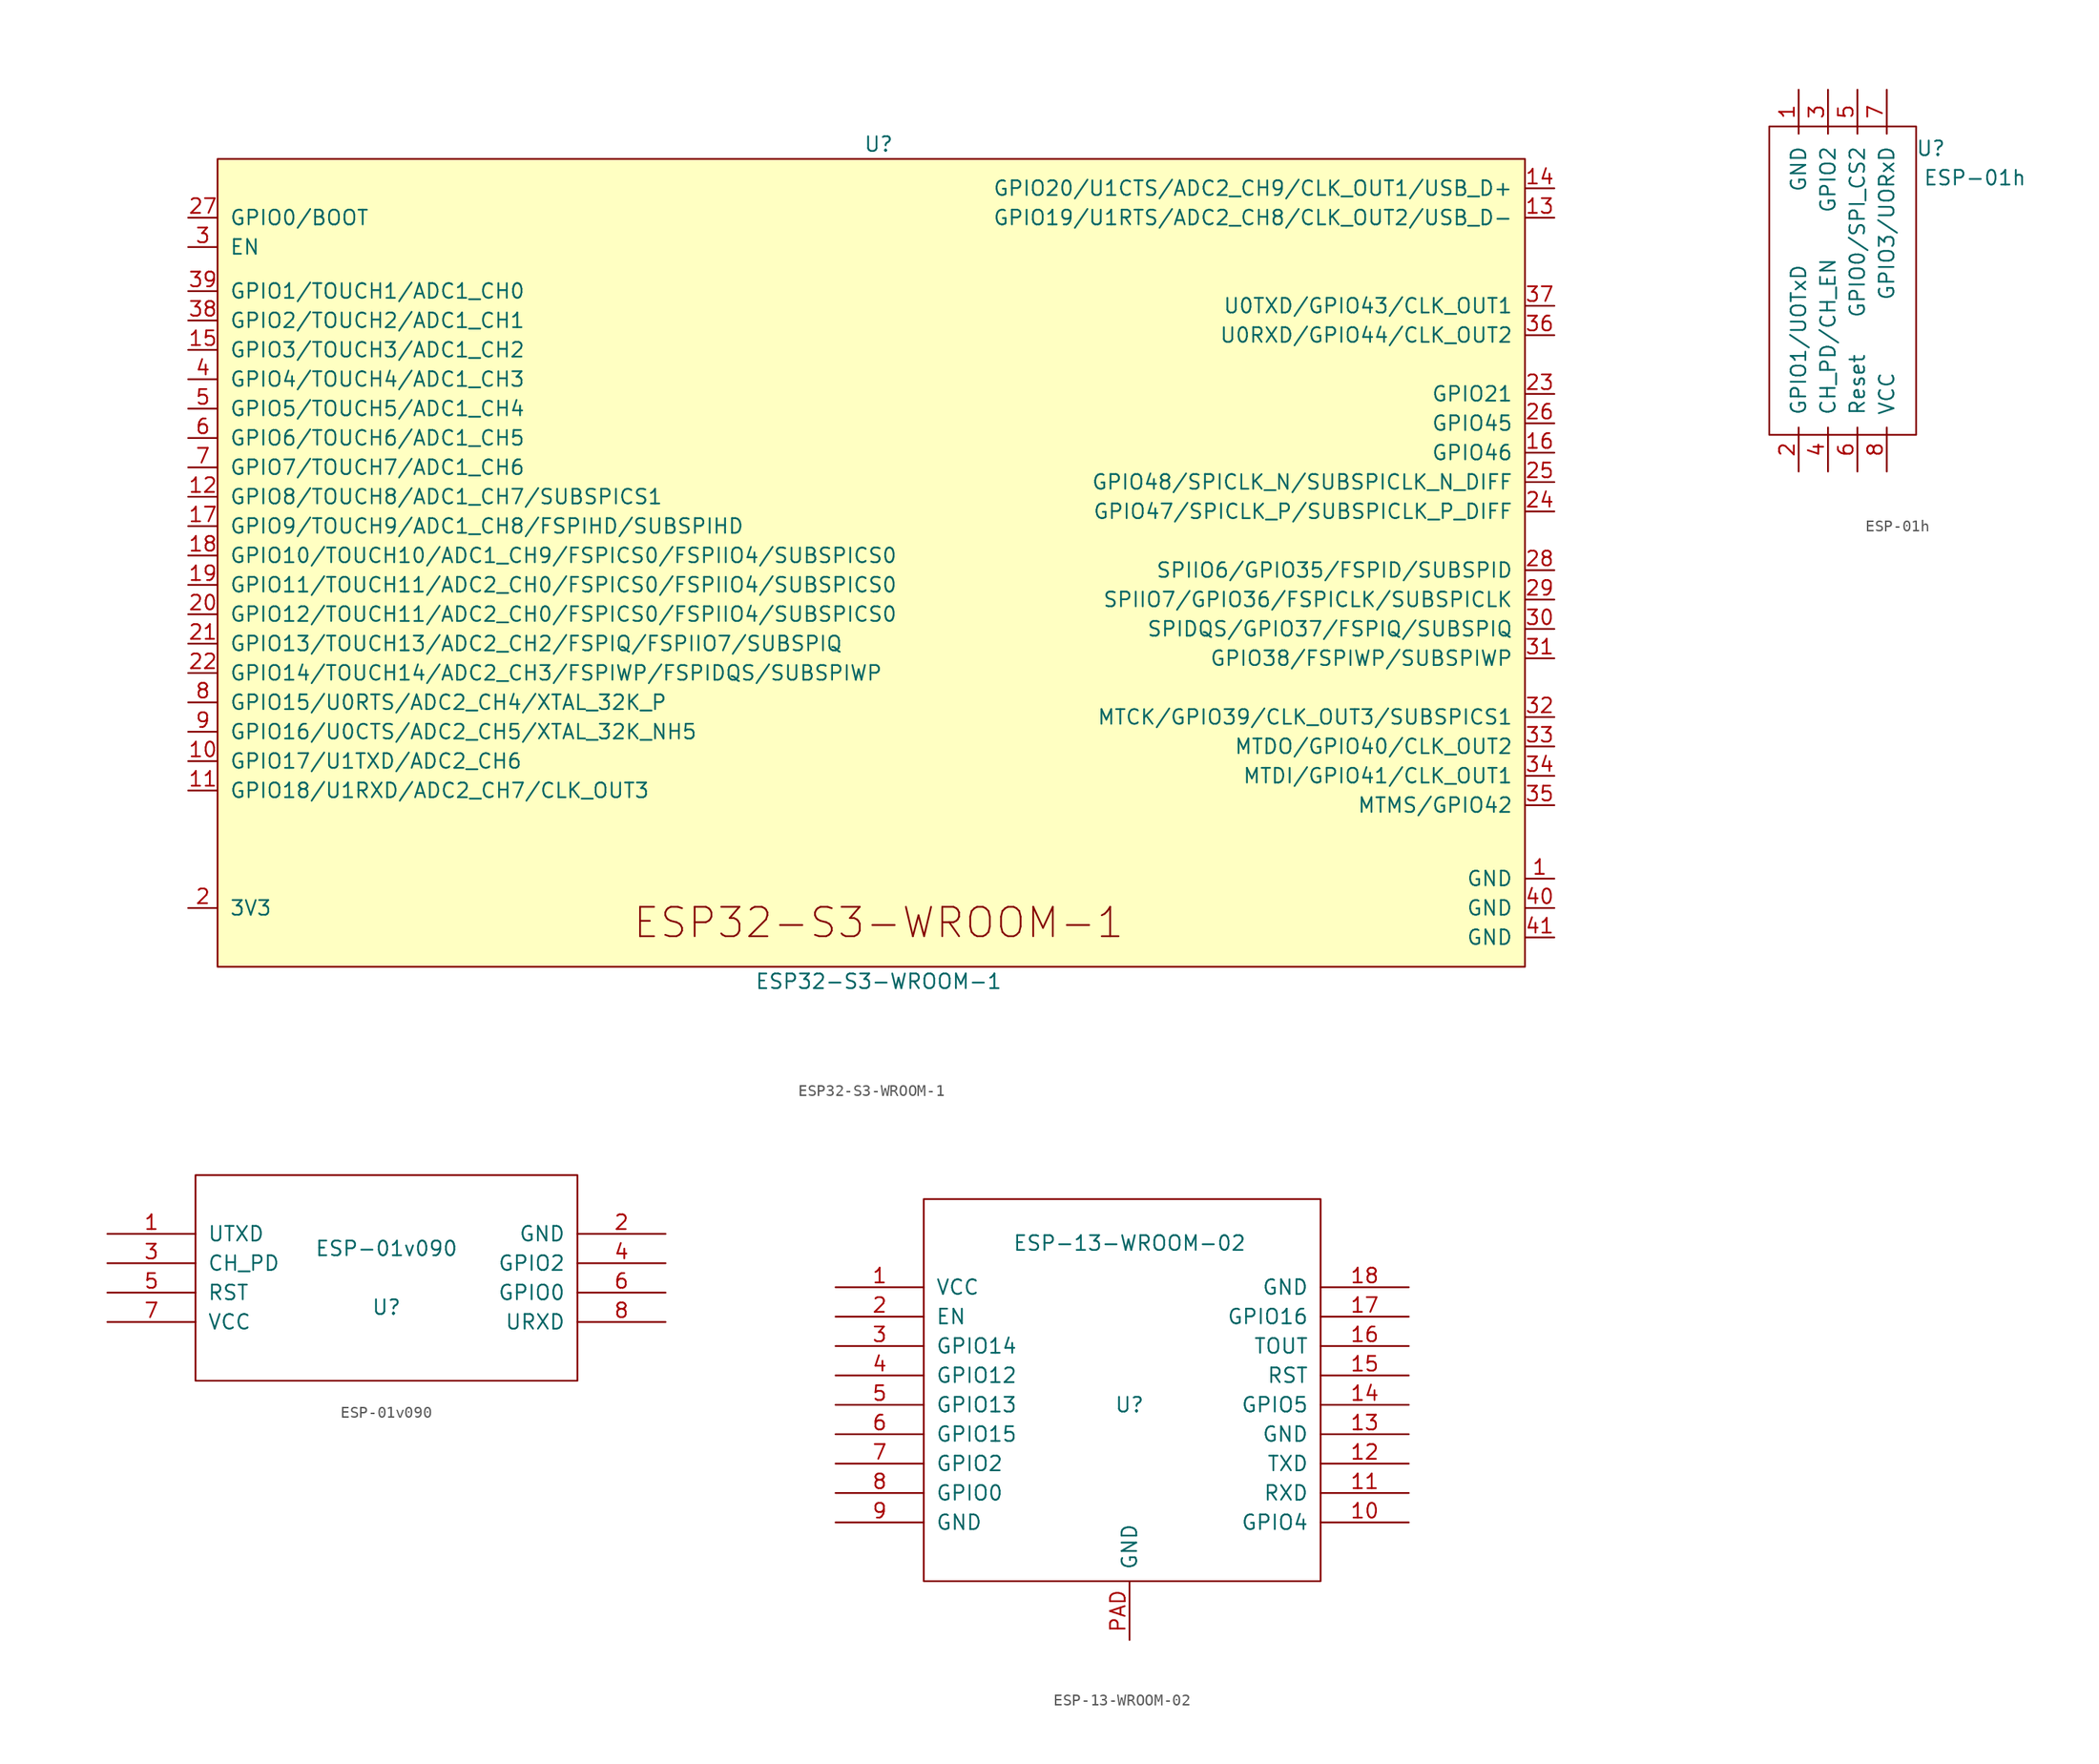
<source format=kicad_sym>
(kicad_symbol_lib
  (version 20231120)
  (generator "kicad_symbol_editor")
  (generator_version "8.0")
  (symbol "ESP32-S3-WROOM-1"
    (pin_names
      (offset 1.016))
    (property "Reference" "U"
      (at 0 35.56 0)
      (effects (font (size 1.27 1.27))))
    (property "Value" "ESP32-S3-WROOM-1"
      (at 0 -36.83 0)
      (effects (font (size 1.27 1.27))))
    (symbol "ESP32-S3-WROOM-1_0_0"
      (rectangle (start -57.15 34.29) (end 55.88 -35.56) (stroke (width 0) (type default)) (fill (type background)))
      (text "ESP32-S3-WROOM-1" (at 0 -31.75 0) (effects (font (size 2.54 2.54))))
      (pin power_in line (at 58.42 -27.94 180) (length 2.54) (name "GND" (effects (font (size 1.27 1.27)))) (number "1" (effects (font (size 1.27 1.27)))))
      (pin bidirectional line (at -59.69 -17.78 0) (length 2.54) (name "GPIO17/U1TXD/ADC2_CH6" (effects (font (size 1.27 1.27)))) (number "10" (effects (font (size 1.27 1.27)))))
      (pin bidirectional line (at -59.69 -20.32 0) (length 2.54) (name "GPIO18/U1RXD/ADC2_CH7/CLK_OUT3" (effects (font (size 1.27 1.27)))) (number "11" (effects (font (size 1.27 1.27)))))
      (pin bidirectional line (at -59.69 5.08 0) (length 2.54) (name "GPIO8/TOUCH8/ADC1_CH7/SUBSPICS1" (effects (font (size 1.27 1.27)))) (number "12" (effects (font (size 1.27 1.27)))))
      (pin bidirectional line (at 58.42 29.21 180) (length 2.54) (name "GPIO19/U1RTS/ADC2_CH8/CLK_OUT2/USB_D-" (effects (font (size 1.27 1.27)))) (number "13" (effects (font (size 1.27 1.27)))))
      (pin bidirectional line (at 58.42 31.75 180) (length 2.54) (name "GPIO20/U1CTS/ADC2_CH9/CLK_OUT1/USB_D+" (effects (font (size 1.27 1.27)))) (number "14" (effects (font (size 1.27 1.27)))))
      (pin bidirectional line (at -59.69 17.78 0) (length 2.54) (name "GPIO3/TOUCH3/ADC1_CH2" (effects (font (size 1.27 1.27)))) (number "15" (effects (font (size 1.27 1.27)))))
      (pin bidirectional line (at 58.42 8.89 180) (length 2.54) (name "GPIO46" (effects (font (size 1.27 1.27)))) (number "16" (effects (font (size 1.27 1.27)))))
      (pin bidirectional line (at -59.69 2.54 0) (length 2.54) (name "GPIO9/TOUCH9/ADC1_CH8/FSPIHD/SUBSPIHD" (effects (font (size 1.27 1.27)))) (number "17" (effects (font (size 1.27 1.27)))))
      (pin bidirectional line (at -59.69 0 0) (length 2.54) (name "GPIO10/TOUCH10/ADC1_CH9/FSPICS0/FSPIIO4/SUBSPICS0" (effects (font (size 1.27 1.27)))) (number "18" (effects (font (size 1.27 1.27)))))
      (pin bidirectional line (at -59.69 -2.54 0) (length 2.54) (name "GPIO11/TOUCH11/ADC2_CH0/FSPICS0/FSPIIO4/SUBSPICS0" (effects (font (size 1.27 1.27)))) (number "19" (effects (font (size 1.27 1.27)))))
      (pin power_in line (at -59.69 -30.48 0) (length 2.54) (name "3V3" (effects (font (size 1.27 1.27)))) (number "2" (effects (font (size 1.27 1.27)))))
      (pin bidirectional line (at -59.69 -5.08 0) (length 2.54) (name "GPIO12/TOUCH11/ADC2_CH0/FSPICS0/FSPIIO4/SUBSPICS0" (effects (font (size 1.27 1.27)))) (number "20" (effects (font (size 1.27 1.27)))))
      (pin bidirectional line (at -59.69 -7.62 0) (length 2.54) (name "GPIO13/TOUCH13/ADC2_CH2/FSPIQ/FSPIIO7/SUBSPIQ" (effects (font (size 1.27 1.27)))) (number "21" (effects (font (size 1.27 1.27)))))
      (pin bidirectional line (at -59.69 -10.16 0) (length 2.54) (name "GPIO14/TOUCH14/ADC2_CH3/FSPIWP/FSPIDQS/SUBSPIWP" (effects (font (size 1.27 1.27)))) (number "22" (effects (font (size 1.27 1.27)))))
      (pin bidirectional line (at 58.42 13.97 180) (length 2.54) (name "GPIO21" (effects (font (size 1.27 1.27)))) (number "23" (effects (font (size 1.27 1.27)))))
      (pin bidirectional line (at 58.42 3.81 180) (length 2.54) (name "GPIO47/SPICLK_P/SUBSPICLK_P_DIFF" (effects (font (size 1.27 1.27)))) (number "24" (effects (font (size 1.27 1.27)))))
      (pin bidirectional line (at 58.42 6.35 180) (length 2.54) (name "GPIO48/SPICLK_N/SUBSPICLK_N_DIFF" (effects (font (size 1.27 1.27)))) (number "25" (effects (font (size 1.27 1.27)))))
      (pin bidirectional line (at 58.42 11.43 180) (length 2.54) (name "GPIO45" (effects (font (size 1.27 1.27)))) (number "26" (effects (font (size 1.27 1.27)))))
      (pin bidirectional line (at -59.69 29.21 0) (length 2.54) (name "GPIO0/BOOT" (effects (font (size 1.27 1.27)))) (number "27" (effects (font (size 1.27 1.27)))))
      (pin bidirectional line (at 58.42 -1.27 180) (length 2.54) (name "SPIIO6/GPIO35/FSPID/SUBSPID" (effects (font (size 1.27 1.27)))) (number "28" (effects (font (size 1.27 1.27)))))
      (pin bidirectional line (at 58.42 -3.81 180) (length 2.54) (name "SPIIO7/GPIO36/FSPICLK/SUBSPICLK" (effects (font (size 1.27 1.27)))) (number "29" (effects (font (size 1.27 1.27)))))
      (pin input line (at -59.69 26.67 0) (length 2.54) (name "EN" (effects (font (size 1.27 1.27)))) (number "3" (effects (font (size 1.27 1.27)))))
      (pin bidirectional line (at 58.42 -6.35 180) (length 2.54) (name "SPIDQS/GPIO37/FSPIQ/SUBSPIQ" (effects (font (size 1.27 1.27)))) (number "30" (effects (font (size 1.27 1.27)))))
      (pin bidirectional line (at 58.42 -8.89 180) (length 2.54) (name "GPIO38/FSPIWP/SUBSPIWP" (effects (font (size 1.27 1.27)))) (number "31" (effects (font (size 1.27 1.27)))))
      (pin bidirectional line (at 58.42 -13.97 180) (length 2.54) (name "MTCK/GPIO39/CLK_OUT3/SUBSPICS1" (effects (font (size 1.27 1.27)))) (number "32" (effects (font (size 1.27 1.27)))))
      (pin bidirectional line (at 58.42 -16.51 180) (length 2.54) (name "MTDO/GPIO40/CLK_OUT2" (effects (font (size 1.27 1.27)))) (number "33" (effects (font (size 1.27 1.27)))))
      (pin bidirectional line (at 58.42 -19.05 180) (length 2.54) (name "MTDI/GPIO41/CLK_OUT1" (effects (font (size 1.27 1.27)))) (number "34" (effects (font (size 1.27 1.27)))))
      (pin bidirectional line (at 58.42 -21.59 180) (length 2.54) (name "MTMS/GPIO42" (effects (font (size 1.27 1.27)))) (number "35" (effects (font (size 1.27 1.27)))))
      (pin bidirectional line (at 58.42 19.05 180) (length 2.54) (name "U0RXD/GPIO44/CLK_OUT2" (effects (font (size 1.27 1.27)))) (number "36" (effects (font (size 1.27 1.27)))))
      (pin bidirectional line (at 58.42 21.59 180) (length 2.54) (name "U0TXD/GPIO43/CLK_OUT1" (effects (font (size 1.27 1.27)))) (number "37" (effects (font (size 1.27 1.27)))))
      (pin bidirectional line (at -59.69 20.32 0) (length 2.54) (name "GPIO2/TOUCH2/ADC1_CH1" (effects (font (size 1.27 1.27)))) (number "38" (effects (font (size 1.27 1.27)))))
      (pin bidirectional line (at -59.69 22.86 0) (length 2.54) (name "GPIO1/TOUCH1/ADC1_CH0" (effects (font (size 1.27 1.27)))) (number "39" (effects (font (size 1.27 1.27)))))
      (pin bidirectional line (at -59.69 15.24 0) (length 2.54) (name "GPIO4/TOUCH4/ADC1_CH3" (effects (font (size 1.27 1.27)))) (number "4" (effects (font (size 1.27 1.27)))))
      (pin power_in line (at 58.42 -30.48 180) (length 2.54) (name "GND" (effects (font (size 1.27 1.27)))) (number "40" (effects (font (size 1.27 1.27)))))
      (pin power_in line (at 58.42 -33.02 180) (length 2.54) (name "GND" (effects (font (size 1.27 1.27)))) (number "41" (effects (font (size 1.27 1.27)))))
      (pin bidirectional line (at -59.69 12.7 0) (length 2.54) (name "GPIO5/TOUCH5/ADC1_CH4" (effects (font (size 1.27 1.27)))) (number "5" (effects (font (size 1.27 1.27)))))
      (pin bidirectional line (at -59.69 10.16 0) (length 2.54) (name "GPIO6/TOUCH6/ADC1_CH5" (effects (font (size 1.27 1.27)))) (number "6" (effects (font (size 1.27 1.27)))))
      (pin bidirectional line (at -59.69 7.62 0) (length 2.54) (name "GPIO7/TOUCH7/ADC1_CH6" (effects (font (size 1.27 1.27)))) (number "7" (effects (font (size 1.27 1.27)))))
      (pin bidirectional line (at -59.69 -12.7 0) (length 2.54) (name "GPIO15/U0RTS/ADC2_CH4/XTAL_32K_P" (effects (font (size 1.27 1.27)))) (number "8" (effects (font (size 1.27 1.27)))))
      (pin bidirectional line (at -59.69 -15.24 0) (length 2.54) (name "GPIO16/U0CTS/ADC2_CH5/XTAL_32K_NH5" (effects (font (size 1.27 1.27)))) (number "9" (effects (font (size 1.27 1.27)))))))
  (symbol "ESP-01h"
    (pin_names
      (offset 1.016))
    (property "Reference" "U"
      (at 11.43 -5.08 0)
      (effects (font (size 1.27 1.27))))
    (property "Value" "ESP-01h"
      (at 15.24 -7.62 0)
      (effects (font (size 1.27 1.27))))
    (symbol "ESP-01h_0_1"
      (polyline (pts (xy -2.54 -3.175) (xy 10.16 -3.175) (xy 10.16 -29.845) (xy -2.54 -29.845) (xy -2.54 -3.175)) (stroke (width 0.152) (type default)) (fill (type none))))
    (symbol "ESP-01h_1_1"
      (pin output line (at 0 0 270) (length 3.81) (name "GND" (effects (font (size 1.27 1.27)))) (number "1" (effects (font (size 1.27 1.27)))))
      (pin power_in line (at 0 -33.02 90) (length 3.81) (name "GPIO1/UOTxD" (effects (font (size 1.27 1.27)))) (number "2" (effects (font (size 1.27 1.27)))))
      (pin input line (at 2.54 0 270) (length 3.81) (name "GPIO2" (effects (font (size 1.27 1.27)))) (number "3" (effects (font (size 1.27 1.27)))))
      (pin tri_state line (at 2.54 -33.02 90) (length 3.81) (name "CH_PD/CH_EN" (effects (font (size 1.27 1.27)))) (number "4" (effects (font (size 1.27 1.27)))))
      (pin input line (at 5.08 0 270) (length 3.81) (name "GPIO0/SPI_CS2" (effects (font (size 1.27 1.27)))) (number "5" (effects (font (size 1.27 1.27)))))
      (pin tri_state line (at 5.08 -33.02 90) (length 3.81) (name "Reset" (effects (font (size 1.27 1.27)))) (number "6" (effects (font (size 1.27 1.27)))))
      (pin power_in line (at 7.62 0 270) (length 3.81) (name "GPIO3/UORxD" (effects (font (size 1.27 1.27)))) (number "7" (effects (font (size 1.27 1.27)))))
      (pin input line (at 7.62 -33.02 90) (length 3.81) (name "VCC" (effects (font (size 1.27 1.27)))) (number "8" (effects (font (size 1.27 1.27)))))))
  (symbol "ESP-01v090"
    (pin_names
      (offset 1.016))
    (property "Reference" "U"
      (at 0 -2.54 0)
      (effects (font (size 1.27 1.27))))
    (property "Value" "ESP-01v090"
      (at 0 2.54 0)
      (effects (font (size 1.27 1.27))))
    (symbol "ESP-01v090_1_0"
      (rectangle (start -16.51 -8.89) (end 16.51 8.89) (stroke (width 0) (type default)) (fill (type none))))
    (symbol "ESP-01v090_1_1"
      (pin output line (at -24.13 3.81 0) (length 7.62) (name "UTXD" (effects (font (size 1.27 1.27)))) (number "1" (effects (font (size 1.27 1.27)))))
      (pin power_in line (at 24.13 3.81 180) (length 7.62) (name "GND" (effects (font (size 1.27 1.27)))) (number "2" (effects (font (size 1.27 1.27)))))
      (pin input line (at -24.13 1.27 0) (length 7.62) (name "CH_PD" (effects (font (size 1.27 1.27)))) (number "3" (effects (font (size 1.27 1.27)))))
      (pin tri_state line (at 24.13 1.27 180) (length 7.62) (name "GPIO2" (effects (font (size 1.27 1.27)))) (number "4" (effects (font (size 1.27 1.27)))))
      (pin input line (at -24.13 -1.27 0) (length 7.62) (name "RST" (effects (font (size 1.27 1.27)))) (number "5" (effects (font (size 1.27 1.27)))))
      (pin tri_state line (at 24.13 -1.27 180) (length 7.62) (name "GPIO0" (effects (font (size 1.27 1.27)))) (number "6" (effects (font (size 1.27 1.27)))))
      (pin power_in line (at -24.13 -3.81 0) (length 7.62) (name "VCC" (effects (font (size 1.27 1.27)))) (number "7" (effects (font (size 1.27 1.27)))))
      (pin input line (at 24.13 -3.81 180) (length 7.62) (name "URXD" (effects (font (size 1.27 1.27)))) (number "8" (effects (font (size 1.27 1.27)))))))
  (symbol "ESP-13-WROOM-02"
    (pin_names
      (offset 1.016))
    (property "Reference" "U"
      (at 0 -2.54 0)
      (effects (font (size 1.27 1.27))))
    (property "Value" "ESP-13-WROOM-02"
      (at 0 11.43 0)
      (effects (font (size 1.27 1.27))))
    (symbol "ESP-13-WROOM-02_1_0"
      (rectangle (start -17.78 -17.78) (end 16.51 15.24) (stroke (width 0) (type default)) (fill (type none))))
    (symbol "ESP-13-WROOM-02_1_1"
      (pin input line (at -25.4 7.62 0) (length 7.62) (name "VCC" (effects (font (size 1.27 1.27)))) (number "1" (effects (font (size 1.27 1.27)))))
      (pin bidirectional line (at 24.13 -12.7 180) (length 7.62) (name "GPIO4" (effects (font (size 1.27 1.27)))) (number "10" (effects (font (size 1.27 1.27)))))
      (pin bidirectional line (at 24.13 -10.16 180) (length 7.62) (name "RXD" (effects (font (size 1.27 1.27)))) (number "11" (effects (font (size 1.27 1.27)))))
      (pin bidirectional line (at 24.13 -7.62 180) (length 7.62) (name "TXD" (effects (font (size 1.27 1.27)))) (number "12" (effects (font (size 1.27 1.27)))))
      (pin power_in line (at 24.13 -5.08 180) (length 7.62) (name "GND" (effects (font (size 1.27 1.27)))) (number "13" (effects (font (size 1.27 1.27)))))
      (pin bidirectional line (at 24.13 -2.54 180) (length 7.62) (name "GPIO5" (effects (font (size 1.27 1.27)))) (number "14" (effects (font (size 1.27 1.27)))))
      (pin input line (at 24.13 0 180) (length 7.62) (name "RST" (effects (font (size 1.27 1.27)))) (number "15" (effects (font (size 1.27 1.27)))))
      (pin output line (at 24.13 2.54 180) (length 7.62) (name "TOUT" (effects (font (size 1.27 1.27)))) (number "16" (effects (font (size 1.27 1.27)))))
      (pin bidirectional line (at 24.13 5.08 180) (length 7.62) (name "GPIO16" (effects (font (size 1.27 1.27)))) (number "17" (effects (font (size 1.27 1.27)))))
      (pin power_in line (at 24.13 7.62 180) (length 7.62) (name "GND" (effects (font (size 1.27 1.27)))) (number "18" (effects (font (size 1.27 1.27)))))
      (pin passive line (at -25.4 5.08 0) (length 7.62) (name "EN" (effects (font (size 1.27 1.27)))) (number "2" (effects (font (size 1.27 1.27)))))
      (pin input line (at -25.4 2.54 0) (length 7.62) (name "GPIO14" (effects (font (size 1.27 1.27)))) (number "3" (effects (font (size 1.27 1.27)))))
      (pin bidirectional line (at -25.4 0 0) (length 7.62) (name "GPIO12" (effects (font (size 1.27 1.27)))) (number "4" (effects (font (size 1.27 1.27)))))
      (pin bidirectional line (at -25.4 -2.54 0) (length 7.62) (name "GPIO13" (effects (font (size 1.27 1.27)))) (number "5" (effects (font (size 1.27 1.27)))))
      (pin bidirectional line (at -25.4 -5.08 0) (length 7.62) (name "GPIO15" (effects (font (size 1.27 1.27)))) (number "6" (effects (font (size 1.27 1.27)))))
      (pin bidirectional line (at -25.4 -7.62 0) (length 7.62) (name "GPIO2" (effects (font (size 1.27 1.27)))) (number "7" (effects (font (size 1.27 1.27)))))
      (pin bidirectional line (at -25.4 -10.16 0) (length 7.62) (name "GPIO0" (effects (font (size 1.27 1.27)))) (number "8" (effects (font (size 1.27 1.27)))))
      (pin power_in line (at -25.4 -12.7 0) (length 7.62) (name "GND" (effects (font (size 1.27 1.27)))) (number "9" (effects (font (size 1.27 1.27)))))
      (pin power_in line (at 0 -22.86 90) (length 5.004) (name "GND" (effects (font (size 1.27 1.27)))) (number "PAD" (effects (font (size 1.27 1.27))))))))
</source>
